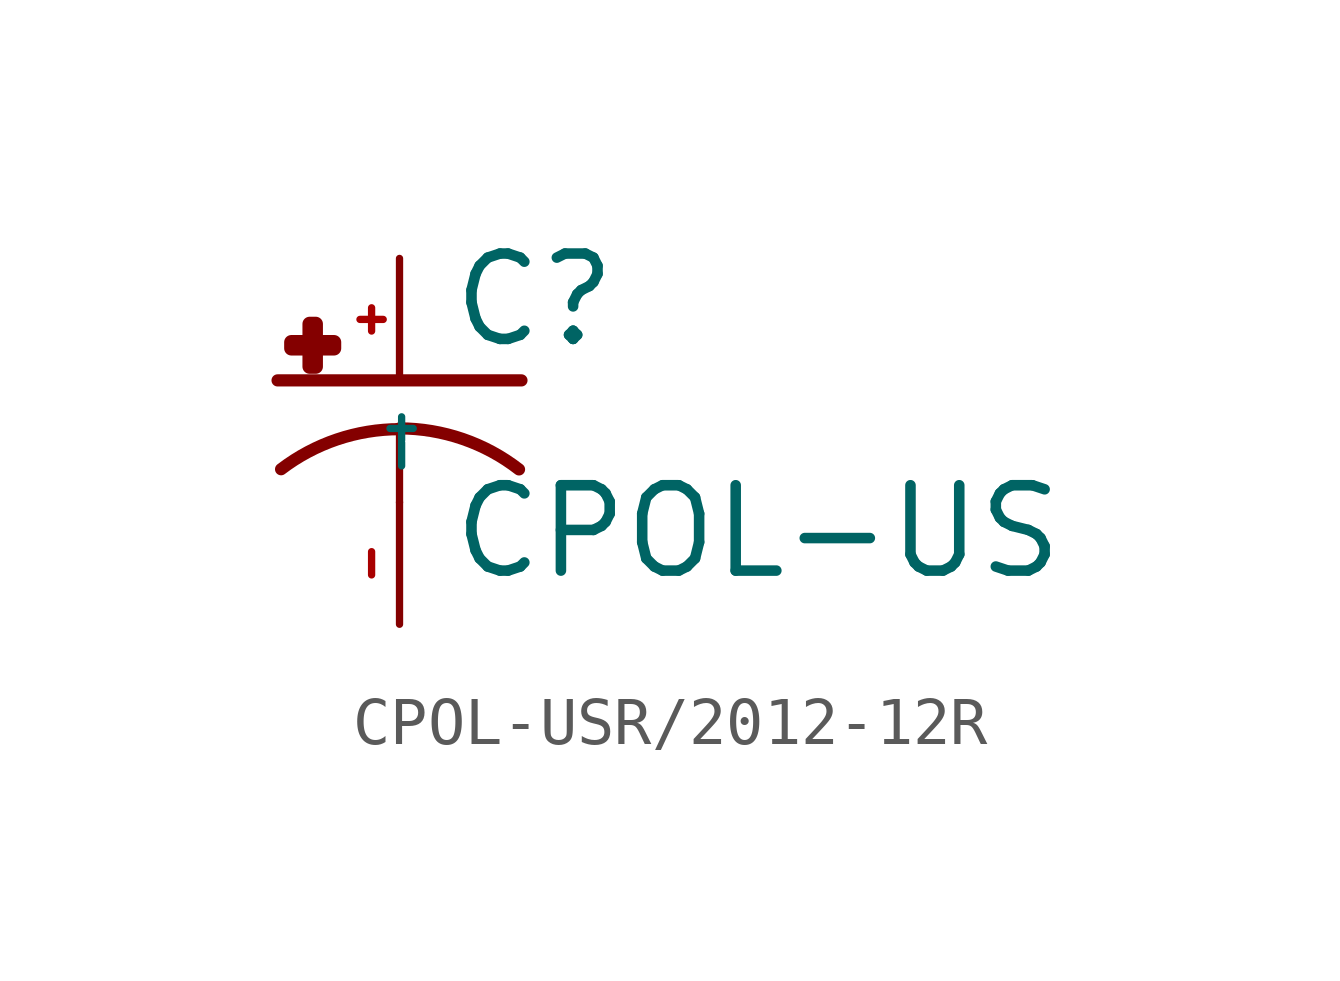
<source format=kicad_sym>
(kicad_symbol_lib
  (version 20220914)
  (generator Eagle2Kicad)
  (symbol "CPOL-USR/2012-12R"
    (property "Reference" "C"
      (at 1.016 0.635 0)
      (effects (font (size 1.778 1.778) (thickness 0.22)) (justify left bottom)))
    (property "Value" "CPOL-US"
      (at 1.016 -4.191 0)
      (effects (font (size 1.778 1.778) (thickness 0.22)) (justify left bottom)))
    (polyline
      (pts (xy -2.54 0) (xy 2.54 0))
      (stroke (width 0.254) (type default))
      (fill (type none)))
    (polyline
      (pts (xy 0 -1.016) (xy 0 -2.54))
      (stroke (width 0.152) (type default))
      (fill (type none)))
    (arc
      (start 2.4892 -1.8542)
      (mid 1.316 -1.220)
      (end 0 -1)
      (stroke (width 0.254) (type default))
      (fill (type none)))
    (arc
      (start 0 -1.0161)
      (mid -1.302 -1.230)
      (end -2.4669 -1.8504)
      (stroke (width 0.254) (type default))
      (fill (type none)))
    (rectangle
      (start -2.253 0.668)
      (end -1.364 0.795)
      (stroke (width 0.3) (type default))
      (fill (type outline)))
    (rectangle
      (start -1.872 0.287)
      (end -1.745 1.176)
      (stroke (width 0.3) (type default))
      (fill (type outline)))
    (pin passive line
      (at 0 2.54 270)
      (length 2.54)
      (name "+" (effects (font (size 0.635 0.635) (thickness 0.08)) (justify left bottom)))
      (number "+" (effects (font (size 0.635 0.635) (thickness 0.08)) (justify left bottom))))
    (pin passive line
      (at 0 -5.08 90)
      (length 2.54)
      (name "-" (effects (font (size 0.635 0.635) (thickness 0.08)) (justify left bottom)))
      (number "-" (effects (font (size 0.635 0.635) (thickness 0.08)) (justify left bottom))))))
</source>
